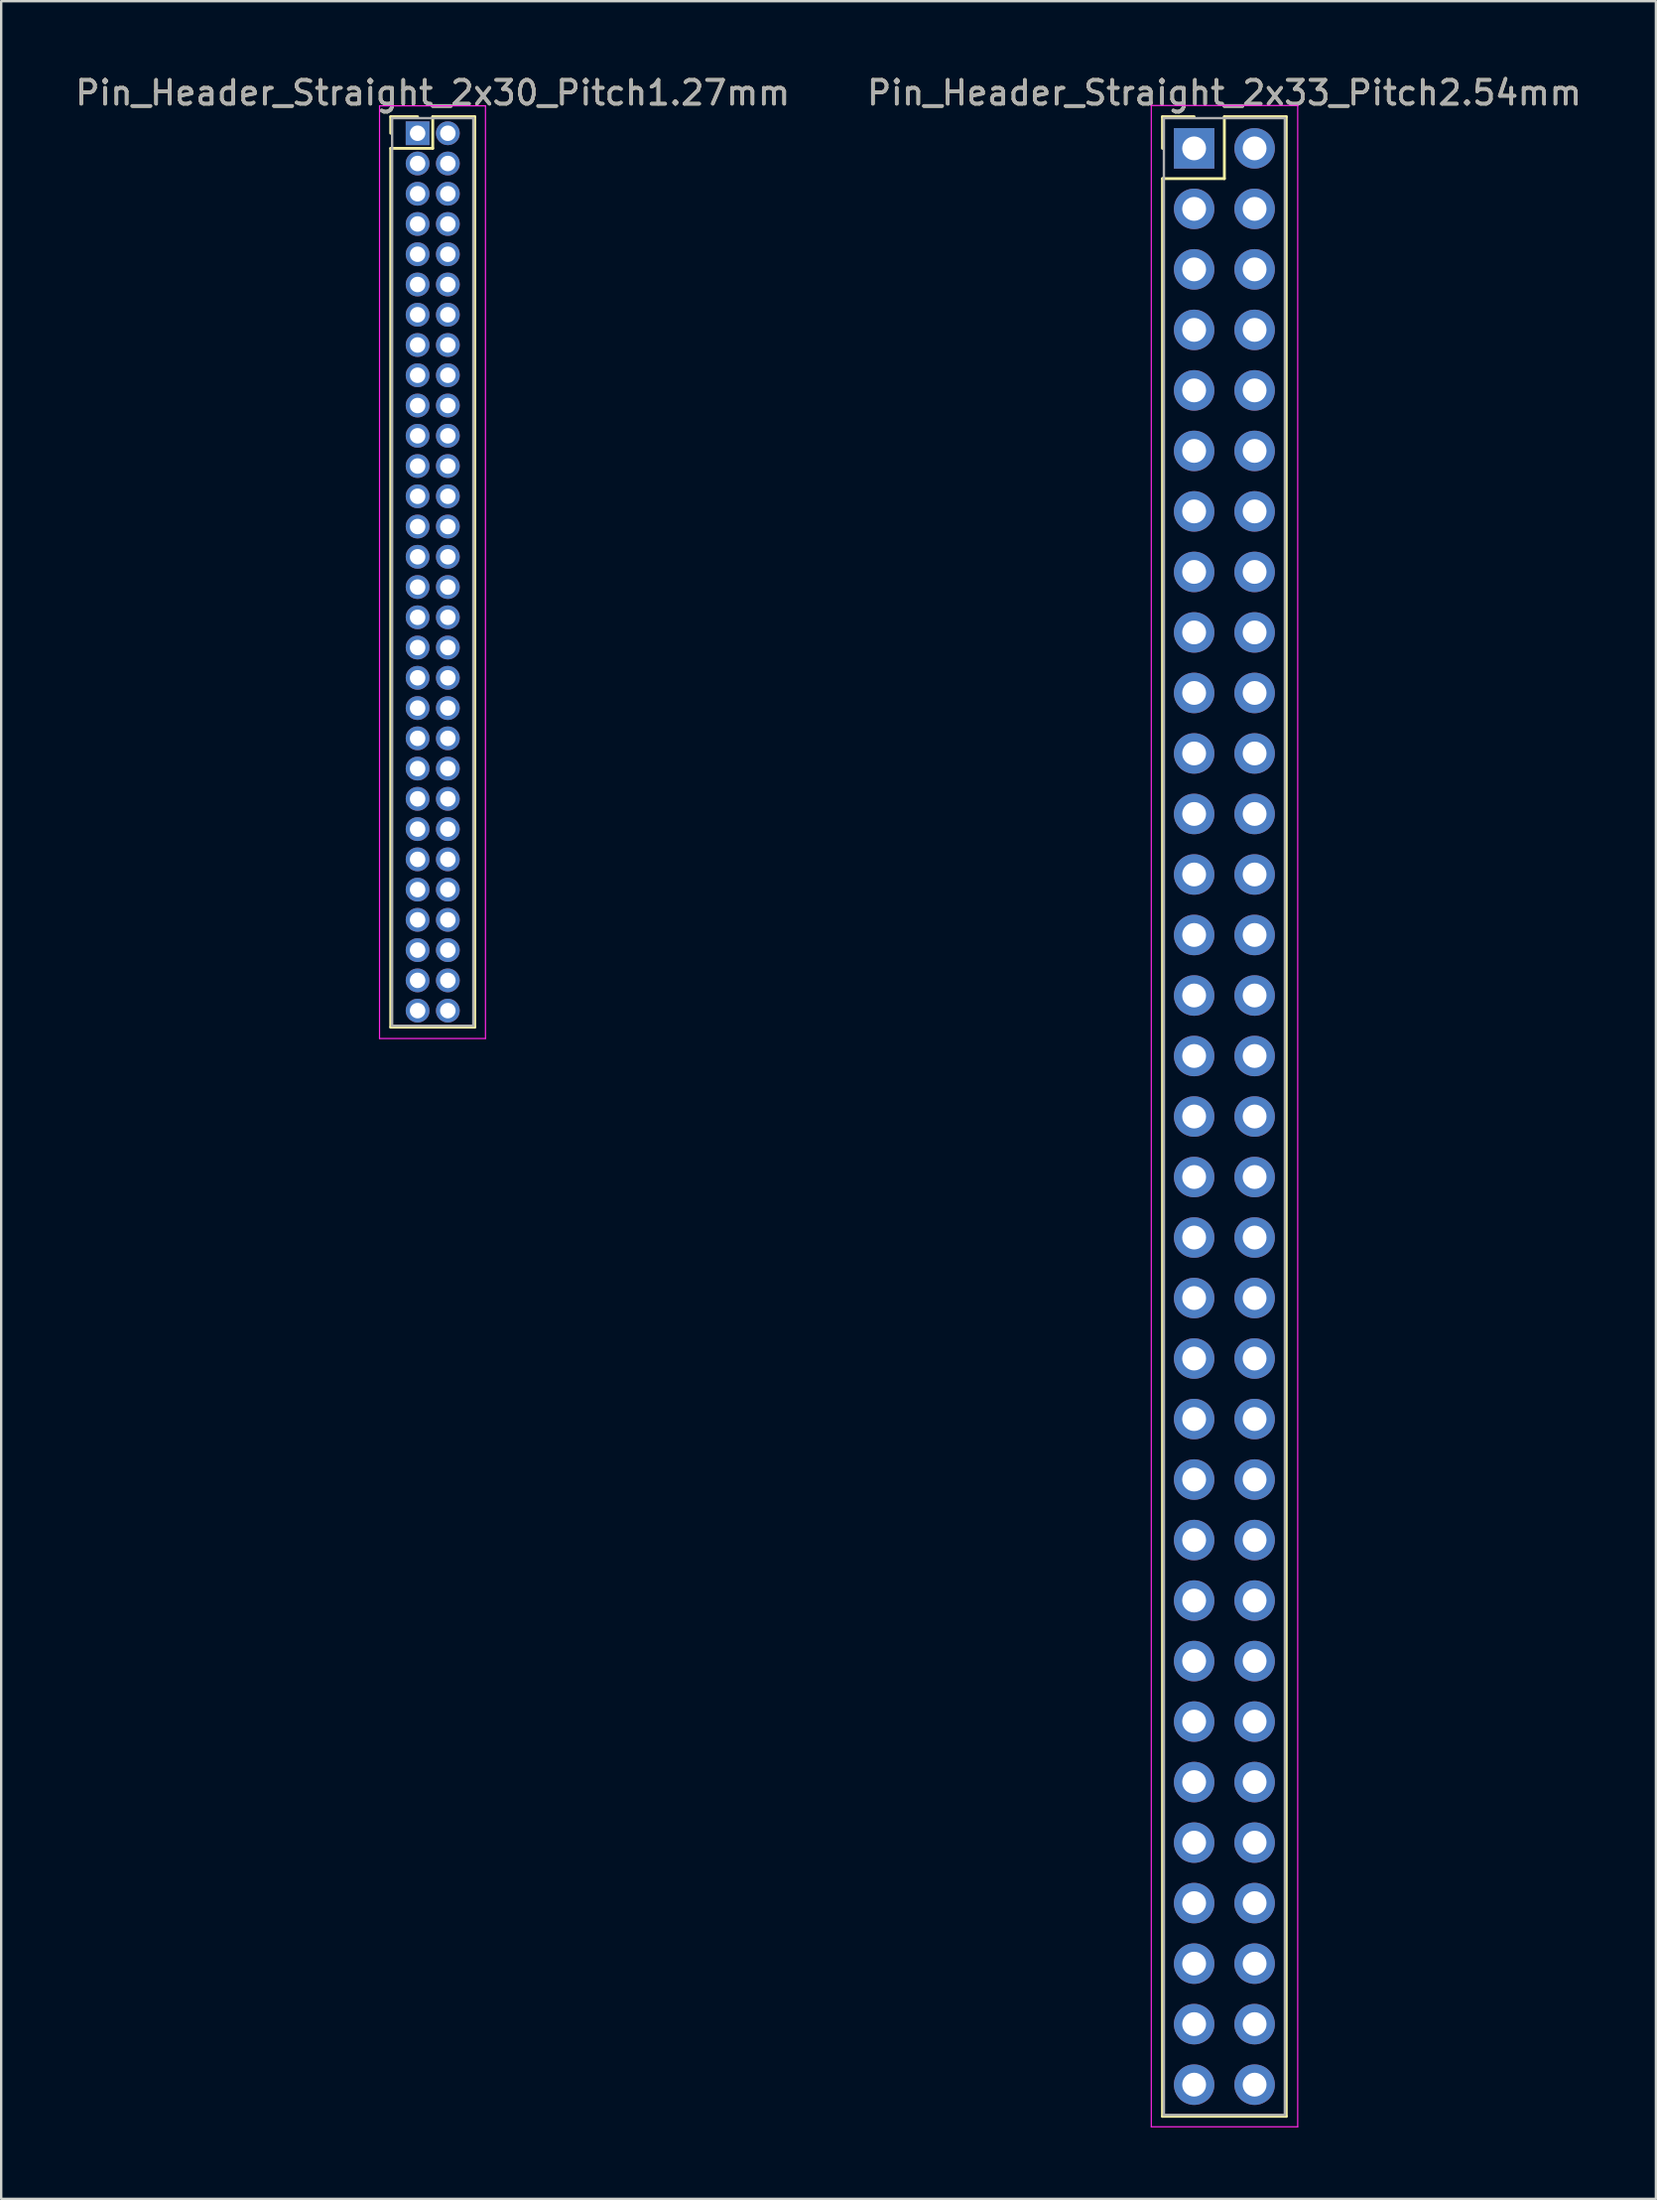
<source format=kicad_pcb>
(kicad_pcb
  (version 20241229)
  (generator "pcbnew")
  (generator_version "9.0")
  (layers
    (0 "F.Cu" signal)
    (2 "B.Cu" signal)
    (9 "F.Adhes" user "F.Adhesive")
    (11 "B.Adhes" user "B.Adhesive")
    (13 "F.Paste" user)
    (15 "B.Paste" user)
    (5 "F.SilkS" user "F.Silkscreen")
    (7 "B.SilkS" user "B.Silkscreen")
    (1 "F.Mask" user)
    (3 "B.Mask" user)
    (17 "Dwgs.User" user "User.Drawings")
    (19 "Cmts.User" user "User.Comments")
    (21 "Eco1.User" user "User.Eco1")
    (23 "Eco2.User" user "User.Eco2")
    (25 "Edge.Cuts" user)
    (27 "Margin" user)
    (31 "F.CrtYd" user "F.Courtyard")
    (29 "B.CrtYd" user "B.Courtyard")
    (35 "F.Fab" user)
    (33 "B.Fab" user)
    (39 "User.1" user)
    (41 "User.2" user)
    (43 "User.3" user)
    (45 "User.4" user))
  (footprint "Pin_Header_Straight_2x30_Pitch1.27mm"
    (layer "F.Cu")
    (at 14.49 2.543)
    (property "Reference" "Pin_Header_Straight_2x30_Pitch1.27mm" (at 0.635 -1.695 0) (layer "F.SilkS") (effects (font (size 1 1) (thickness 0.15))))
    (attr through_hole)
    (fp_line (start -1.13 -0.695) (end 0 -0.695) (stroke (width 0.12) (type solid)) (layer "F.SilkS"))
    (fp_line (start -1.13 0) (end -1.13 -0.695) (stroke (width 0.12) (type solid)) (layer "F.SilkS"))
    (fp_line (start -1.13 0.635) (end -1.13 37.525) (stroke (width 0.12) (type solid)) (layer "F.SilkS"))
    (fp_line (start -1.13 37.525) (end 2.4 37.525) (stroke (width 0.12) (type solid)) (layer "F.SilkS"))
    (fp_line (start 0.635 -0.695) (end 0.635 0.635) (stroke (width 0.12) (type solid)) (layer "F.SilkS"))
    (fp_line (start 0.635 0.635) (end -1.13 0.635) (stroke (width 0.12) (type solid)) (layer "F.SilkS"))
    (fp_line (start 2.4 -0.695) (end 0.635 -0.695) (stroke (width 0.12) (type solid)) (layer "F.SilkS"))
    (fp_line (start 2.4 37.525) (end 2.4 -0.695) (stroke (width 0.12) (type solid)) (layer "F.SilkS"))
    (fp_line (start -1.6 -1.15) (end -1.6 38) (stroke (width 0.05) (type solid)) (layer "F.CrtYd"))
    (fp_line (start -1.6 38) (end 2.85 38) (stroke (width 0.05) (type solid)) (layer "F.CrtYd"))
    (fp_line (start 2.85 -1.15) (end -1.6 -1.15) (stroke (width 0.05) (type solid)) (layer "F.CrtYd"))
    (fp_line (start 2.85 38) (end 2.85 -1.15) (stroke (width 0.05) (type solid)) (layer "F.CrtYd"))
    (fp_line (start -1.07 -0.635) (end -1.07 37.465) (stroke (width 0.1) (type solid)) (layer "F.Fab"))
    (fp_line (start -1.07 37.465) (end 2.34 37.465) (stroke (width 0.1) (type solid)) (layer "F.Fab"))
    (fp_line (start 2.34 -0.635) (end -1.07 -0.635) (stroke (width 0.1) (type solid)) (layer "F.Fab"))
    (fp_line (start 2.34 37.465) (end 2.34 -0.635) (stroke (width 0.1) (type solid)) (layer "F.Fab"))
    (fp_text user "${REFERENCE}" (at 0.635 -1.695 0) (layer "F.Fab") (effects (font (size 1 1) (thickness 0.15))))
    (pad "1" thru_hole rect (at 0 0) (size 1 1) (drill 0.65) (layers "*.Cu" "*.Mask"))
    (pad "2" thru_hole oval (at 1.27 0) (size 1 1) (drill 0.65) (layers "*.Cu" "*.Mask"))
    (pad "3" thru_hole oval (at 0 1.27) (size 1 1) (drill 0.65) (layers "*.Cu" "*.Mask"))
    (pad "4" thru_hole oval (at 1.27 1.27) (size 1 1) (drill 0.65) (layers "*.Cu" "*.Mask"))
    (pad "5" thru_hole oval (at 0 2.54) (size 1 1) (drill 0.65) (layers "*.Cu" "*.Mask"))
    (pad "6" thru_hole oval (at 1.27 2.54) (size 1 1) (drill 0.65) (layers "*.Cu" "*.Mask"))
    (pad "7" thru_hole oval (at 0 3.81) (size 1 1) (drill 0.65) (layers "*.Cu" "*.Mask"))
    (pad "8" thru_hole oval (at 1.27 3.81) (size 1 1) (drill 0.65) (layers "*.Cu" "*.Mask"))
    (pad "9" thru_hole oval (at 0 5.08) (size 1 1) (drill 0.65) (layers "*.Cu" "*.Mask"))
    (pad "10" thru_hole oval (at 1.27 5.08) (size 1 1) (drill 0.65) (layers "*.Cu" "*.Mask"))
    (pad "11" thru_hole oval (at 0 6.35) (size 1 1) (drill 0.65) (layers "*.Cu" "*.Mask"))
    (pad "12" thru_hole oval (at 1.27 6.35) (size 1 1) (drill 0.65) (layers "*.Cu" "*.Mask"))
    (pad "13" thru_hole oval (at 0 7.62) (size 1 1) (drill 0.65) (layers "*.Cu" "*.Mask"))
    (pad "14" thru_hole oval (at 1.27 7.62) (size 1 1) (drill 0.65) (layers "*.Cu" "*.Mask"))
    (pad "15" thru_hole oval (at 0 8.89) (size 1 1) (drill 0.65) (layers "*.Cu" "*.Mask"))
    (pad "16" thru_hole oval (at 1.27 8.89) (size 1 1) (drill 0.65) (layers "*.Cu" "*.Mask"))
    (pad "17" thru_hole oval (at 0 10.16) (size 1 1) (drill 0.65) (layers "*.Cu" "*.Mask"))
    (pad "18" thru_hole oval (at 1.27 10.16) (size 1 1) (drill 0.65) (layers "*.Cu" "*.Mask"))
    (pad "19" thru_hole oval (at 0 11.43) (size 1 1) (drill 0.65) (layers "*.Cu" "*.Mask"))
    (pad "20" thru_hole oval (at 1.27 11.43) (size 1 1) (drill 0.65) (layers "*.Cu" "*.Mask"))
    (pad "21" thru_hole oval (at 0 12.7) (size 1 1) (drill 0.65) (layers "*.Cu" "*.Mask"))
    (pad "22" thru_hole oval (at 1.27 12.7) (size 1 1) (drill 0.65) (layers "*.Cu" "*.Mask"))
    (pad "23" thru_hole oval (at 0 13.97) (size 1 1) (drill 0.65) (layers "*.Cu" "*.Mask"))
    (pad "24" thru_hole oval (at 1.27 13.97) (size 1 1) (drill 0.65) (layers "*.Cu" "*.Mask"))
    (pad "25" thru_hole oval (at 0 15.24) (size 1 1) (drill 0.65) (layers "*.Cu" "*.Mask"))
    (pad "26" thru_hole oval (at 1.27 15.24) (size 1 1) (drill 0.65) (layers "*.Cu" "*.Mask"))
    (pad "27" thru_hole oval (at 0 16.51) (size 1 1) (drill 0.65) (layers "*.Cu" "*.Mask"))
    (pad "28" thru_hole oval (at 1.27 16.51) (size 1 1) (drill 0.65) (layers "*.Cu" "*.Mask"))
    (pad "29" thru_hole oval (at 0 17.78) (size 1 1) (drill 0.65) (layers "*.Cu" "*.Mask"))
    (pad "30" thru_hole oval (at 1.27 17.78) (size 1 1) (drill 0.65) (layers "*.Cu" "*.Mask"))
    (pad "31" thru_hole oval (at 0 19.05) (size 1 1) (drill 0.65) (layers "*.Cu" "*.Mask"))
    (pad "32" thru_hole oval (at 1.27 19.05) (size 1 1) (drill 0.65) (layers "*.Cu" "*.Mask"))
    (pad "33" thru_hole oval (at 0 20.32) (size 1 1) (drill 0.65) (layers "*.Cu" "*.Mask"))
    (pad "34" thru_hole oval (at 1.27 20.32) (size 1 1) (drill 0.65) (layers "*.Cu" "*.Mask"))
    (pad "35" thru_hole oval (at 0 21.59) (size 1 1) (drill 0.65) (layers "*.Cu" "*.Mask"))
    (pad "36" thru_hole oval (at 1.27 21.59) (size 1 1) (drill 0.65) (layers "*.Cu" "*.Mask"))
    (pad "37" thru_hole oval (at 0 22.86) (size 1 1) (drill 0.65) (layers "*.Cu" "*.Mask"))
    (pad "38" thru_hole oval (at 1.27 22.86) (size 1 1) (drill 0.65) (layers "*.Cu" "*.Mask"))
    (pad "39" thru_hole oval (at 0 24.13) (size 1 1) (drill 0.65) (layers "*.Cu" "*.Mask"))
    (pad "40" thru_hole oval (at 1.27 24.13) (size 1 1) (drill 0.65) (layers "*.Cu" "*.Mask"))
    (pad "41" thru_hole oval (at 0 25.4) (size 1 1) (drill 0.65) (layers "*.Cu" "*.Mask"))
    (pad "42" thru_hole oval (at 1.27 25.4) (size 1 1) (drill 0.65) (layers "*.Cu" "*.Mask"))
    (pad "43" thru_hole oval (at 0 26.67) (size 1 1) (drill 0.65) (layers "*.Cu" "*.Mask"))
    (pad "44" thru_hole oval (at 1.27 26.67) (size 1 1) (drill 0.65) (layers "*.Cu" "*.Mask"))
    (pad "45" thru_hole oval (at 0 27.94) (size 1 1) (drill 0.65) (layers "*.Cu" "*.Mask"))
    (pad "46" thru_hole oval (at 1.27 27.94) (size 1 1) (drill 0.65) (layers "*.Cu" "*.Mask"))
    (pad "47" thru_hole oval (at 0 29.21) (size 1 1) (drill 0.65) (layers "*.Cu" "*.Mask"))
    (pad "48" thru_hole oval (at 1.27 29.21) (size 1 1) (drill 0.65) (layers "*.Cu" "*.Mask"))
    (pad "49" thru_hole oval (at 0 30.48) (size 1 1) (drill 0.65) (layers "*.Cu" "*.Mask"))
    (pad "50" thru_hole oval (at 1.27 30.48) (size 1 1) (drill 0.65) (layers "*.Cu" "*.Mask"))
    (pad "51" thru_hole oval (at 0 31.75) (size 1 1) (drill 0.65) (layers "*.Cu" "*.Mask"))
    (pad "52" thru_hole oval (at 1.27 31.75) (size 1 1) (drill 0.65) (layers "*.Cu" "*.Mask"))
    (pad "53" thru_hole oval (at 0 33.02) (size 1 1) (drill 0.65) (layers "*.Cu" "*.Mask"))
    (pad "54" thru_hole oval (at 1.27 33.02) (size 1 1) (drill 0.65) (layers "*.Cu" "*.Mask"))
    (pad "55" thru_hole oval (at 0 34.29) (size 1 1) (drill 0.65) (layers "*.Cu" "*.Mask"))
    (pad "56" thru_hole oval (at 1.27 34.29) (size 1 1) (drill 0.65) (layers "*.Cu" "*.Mask"))
    (pad "57" thru_hole oval (at 0 35.56) (size 1 1) (drill 0.65) (layers "*.Cu" "*.Mask"))
    (pad "58" thru_hole oval (at 1.27 35.56) (size 1 1) (drill 0.65) (layers "*.Cu" "*.Mask"))
    (pad "59" thru_hole oval (at 0 36.83) (size 1 1) (drill 0.65) (layers "*.Cu" "*.Mask"))
    (pad "60" thru_hole oval (at 1.27 36.83) (size 1 1) (drill 0.65) (layers "*.Cu" "*.Mask")))
  (footprint "Pin_Header_Straight_2x33_Pitch2.54mm"
    (layer "F.Cu")
    (at 47.105 3.178)
    (property "Reference" "Pin_Header_Straight_2x33_Pitch2.54mm" (at 1.27 -2.33 0) (layer "F.SilkS") (effects (font (size 1 1) (thickness 0.15))))
    (attr through_hole)
    (fp_line (start -1.33 -1.33) (end 0 -1.33) (stroke (width 0.12) (type solid)) (layer "F.SilkS"))
    (fp_line (start -1.33 0) (end -1.33 -1.33) (stroke (width 0.12) (type solid)) (layer "F.SilkS"))
    (fp_line (start -1.33 1.27) (end -1.33 82.61) (stroke (width 0.12) (type solid)) (layer "F.SilkS"))
    (fp_line (start -1.33 82.61) (end 3.87 82.61) (stroke (width 0.12) (type solid)) (layer "F.SilkS"))
    (fp_line (start 1.27 -1.33) (end 1.27 1.27) (stroke (width 0.12) (type solid)) (layer "F.SilkS"))
    (fp_line (start 1.27 1.27) (end -1.33 1.27) (stroke (width 0.12) (type solid)) (layer "F.SilkS"))
    (fp_line (start 3.87 -1.33) (end 1.27 -1.33) (stroke (width 0.12) (type solid)) (layer "F.SilkS"))
    (fp_line (start 3.87 82.61) (end 3.87 -1.33) (stroke (width 0.12) (type solid)) (layer "F.SilkS"))
    (fp_line (start -1.8 -1.8) (end -1.8 83.05) (stroke (width 0.05) (type solid)) (layer "F.CrtYd"))
    (fp_line (start -1.8 83.05) (end 4.35 83.05) (stroke (width 0.05) (type solid)) (layer "F.CrtYd"))
    (fp_line (start 4.35 -1.8) (end -1.8 -1.8) (stroke (width 0.05) (type solid)) (layer "F.CrtYd"))
    (fp_line (start 4.35 83.05) (end 4.35 -1.8) (stroke (width 0.05) (type solid)) (layer "F.CrtYd"))
    (fp_line (start -1.27 -1.27) (end -1.27 82.55) (stroke (width 0.1) (type solid)) (layer "F.Fab"))
    (fp_line (start -1.27 82.55) (end 3.81 82.55) (stroke (width 0.1) (type solid)) (layer "F.Fab"))
    (fp_line (start 3.81 -1.27) (end -1.27 -1.27) (stroke (width 0.1) (type solid)) (layer "F.Fab"))
    (fp_line (start 3.81 82.55) (end 3.81 -1.27) (stroke (width 0.1) (type solid)) (layer "F.Fab"))
    (fp_text user "${REFERENCE}" (at 1.27 -2.33 0) (layer "F.Fab") (effects (font (size 1 1) (thickness 0.15))))
    (pad "1" thru_hole rect (at 0 0) (size 1.7 1.7) (drill 1) (layers "*.Cu" "*.Mask"))
    (pad "2" thru_hole oval (at 2.54 0) (size 1.7 1.7) (drill 1) (layers "*.Cu" "*.Mask"))
    (pad "3" thru_hole oval (at 0 2.54) (size 1.7 1.7) (drill 1) (layers "*.Cu" "*.Mask"))
    (pad "4" thru_hole oval (at 2.54 2.54) (size 1.7 1.7) (drill 1) (layers "*.Cu" "*.Mask"))
    (pad "5" thru_hole oval (at 0 5.08) (size 1.7 1.7) (drill 1) (layers "*.Cu" "*.Mask"))
    (pad "6" thru_hole oval (at 2.54 5.08) (size 1.7 1.7) (drill 1) (layers "*.Cu" "*.Mask"))
    (pad "7" thru_hole oval (at 0 7.62) (size 1.7 1.7) (drill 1) (layers "*.Cu" "*.Mask"))
    (pad "8" thru_hole oval (at 2.54 7.62) (size 1.7 1.7) (drill 1) (layers "*.Cu" "*.Mask"))
    (pad "9" thru_hole oval (at 0 10.16) (size 1.7 1.7) (drill 1) (layers "*.Cu" "*.Mask"))
    (pad "10" thru_hole oval (at 2.54 10.16) (size 1.7 1.7) (drill 1) (layers "*.Cu" "*.Mask"))
    (pad "11" thru_hole oval (at 0 12.7) (size 1.7 1.7) (drill 1) (layers "*.Cu" "*.Mask"))
    (pad "12" thru_hole oval (at 2.54 12.7) (size 1.7 1.7) (drill 1) (layers "*.Cu" "*.Mask"))
    (pad "13" thru_hole oval (at 0 15.24) (size 1.7 1.7) (drill 1) (layers "*.Cu" "*.Mask"))
    (pad "14" thru_hole oval (at 2.54 15.24) (size 1.7 1.7) (drill 1) (layers "*.Cu" "*.Mask"))
    (pad "15" thru_hole oval (at 0 17.78) (size 1.7 1.7) (drill 1) (layers "*.Cu" "*.Mask"))
    (pad "16" thru_hole oval (at 2.54 17.78) (size 1.7 1.7) (drill 1) (layers "*.Cu" "*.Mask"))
    (pad "17" thru_hole oval (at 0 20.32) (size 1.7 1.7) (drill 1) (layers "*.Cu" "*.Mask"))
    (pad "18" thru_hole oval (at 2.54 20.32) (size 1.7 1.7) (drill 1) (layers "*.Cu" "*.Mask"))
    (pad "19" thru_hole oval (at 0 22.86) (size 1.7 1.7) (drill 1) (layers "*.Cu" "*.Mask"))
    (pad "20" thru_hole oval (at 2.54 22.86) (size 1.7 1.7) (drill 1) (layers "*.Cu" "*.Mask"))
    (pad "21" thru_hole oval (at 0 25.4) (size 1.7 1.7) (drill 1) (layers "*.Cu" "*.Mask"))
    (pad "22" thru_hole oval (at 2.54 25.4) (size 1.7 1.7) (drill 1) (layers "*.Cu" "*.Mask"))
    (pad "23" thru_hole oval (at 0 27.94) (size 1.7 1.7) (drill 1) (layers "*.Cu" "*.Mask"))
    (pad "24" thru_hole oval (at 2.54 27.94) (size 1.7 1.7) (drill 1) (layers "*.Cu" "*.Mask"))
    (pad "25" thru_hole oval (at 0 30.48) (size 1.7 1.7) (drill 1) (layers "*.Cu" "*.Mask"))
    (pad "26" thru_hole oval (at 2.54 30.48) (size 1.7 1.7) (drill 1) (layers "*.Cu" "*.Mask"))
    (pad "27" thru_hole oval (at 0 33.02) (size 1.7 1.7) (drill 1) (layers "*.Cu" "*.Mask"))
    (pad "28" thru_hole oval (at 2.54 33.02) (size 1.7 1.7) (drill 1) (layers "*.Cu" "*.Mask"))
    (pad "29" thru_hole oval (at 0 35.56) (size 1.7 1.7) (drill 1) (layers "*.Cu" "*.Mask"))
    (pad "30" thru_hole oval (at 2.54 35.56) (size 1.7 1.7) (drill 1) (layers "*.Cu" "*.Mask"))
    (pad "31" thru_hole oval (at 0 38.1) (size 1.7 1.7) (drill 1) (layers "*.Cu" "*.Mask"))
    (pad "32" thru_hole oval (at 2.54 38.1) (size 1.7 1.7) (drill 1) (layers "*.Cu" "*.Mask"))
    (pad "33" thru_hole oval (at 0 40.64) (size 1.7 1.7) (drill 1) (layers "*.Cu" "*.Mask"))
    (pad "34" thru_hole oval (at 2.54 40.64) (size 1.7 1.7) (drill 1) (layers "*.Cu" "*.Mask"))
    (pad "35" thru_hole oval (at 0 43.18) (size 1.7 1.7) (drill 1) (layers "*.Cu" "*.Mask"))
    (pad "36" thru_hole oval (at 2.54 43.18) (size 1.7 1.7) (drill 1) (layers "*.Cu" "*.Mask"))
    (pad "37" thru_hole oval (at 0 45.72) (size 1.7 1.7) (drill 1) (layers "*.Cu" "*.Mask"))
    (pad "38" thru_hole oval (at 2.54 45.72) (size 1.7 1.7) (drill 1) (layers "*.Cu" "*.Mask"))
    (pad "39" thru_hole oval (at 0 48.26) (size 1.7 1.7) (drill 1) (layers "*.Cu" "*.Mask"))
    (pad "40" thru_hole oval (at 2.54 48.26) (size 1.7 1.7) (drill 1) (layers "*.Cu" "*.Mask"))
    (pad "41" thru_hole oval (at 0 50.8) (size 1.7 1.7) (drill 1) (layers "*.Cu" "*.Mask"))
    (pad "42" thru_hole oval (at 2.54 50.8) (size 1.7 1.7) (drill 1) (layers "*.Cu" "*.Mask"))
    (pad "43" thru_hole oval (at 0 53.34) (size 1.7 1.7) (drill 1) (layers "*.Cu" "*.Mask"))
    (pad "44" thru_hole oval (at 2.54 53.34) (size 1.7 1.7) (drill 1) (layers "*.Cu" "*.Mask"))
    (pad "45" thru_hole oval (at 0 55.88) (size 1.7 1.7) (drill 1) (layers "*.Cu" "*.Mask"))
    (pad "46" thru_hole oval (at 2.54 55.88) (size 1.7 1.7) (drill 1) (layers "*.Cu" "*.Mask"))
    (pad "47" thru_hole oval (at 0 58.42) (size 1.7 1.7) (drill 1) (layers "*.Cu" "*.Mask"))
    (pad "48" thru_hole oval (at 2.54 58.42) (size 1.7 1.7) (drill 1) (layers "*.Cu" "*.Mask"))
    (pad "49" thru_hole oval (at 0 60.96) (size 1.7 1.7) (drill 1) (layers "*.Cu" "*.Mask"))
    (pad "50" thru_hole oval (at 2.54 60.96) (size 1.7 1.7) (drill 1) (layers "*.Cu" "*.Mask"))
    (pad "51" thru_hole oval (at 0 63.5) (size 1.7 1.7) (drill 1) (layers "*.Cu" "*.Mask"))
    (pad "52" thru_hole oval (at 2.54 63.5) (size 1.7 1.7) (drill 1) (layers "*.Cu" "*.Mask"))
    (pad "53" thru_hole oval (at 0 66.04) (size 1.7 1.7) (drill 1) (layers "*.Cu" "*.Mask"))
    (pad "54" thru_hole oval (at 2.54 66.04) (size 1.7 1.7) (drill 1) (layers "*.Cu" "*.Mask"))
    (pad "55" thru_hole oval (at 0 68.58) (size 1.7 1.7) (drill 1) (layers "*.Cu" "*.Mask"))
    (pad "56" thru_hole oval (at 2.54 68.58) (size 1.7 1.7) (drill 1) (layers "*.Cu" "*.Mask"))
    (pad "57" thru_hole oval (at 0 71.12) (size 1.7 1.7) (drill 1) (layers "*.Cu" "*.Mask"))
    (pad "58" thru_hole oval (at 2.54 71.12) (size 1.7 1.7) (drill 1) (layers "*.Cu" "*.Mask"))
    (pad "59" thru_hole oval (at 0 73.66) (size 1.7 1.7) (drill 1) (layers "*.Cu" "*.Mask"))
    (pad "60" thru_hole oval (at 2.54 73.66) (size 1.7 1.7) (drill 1) (layers "*.Cu" "*.Mask"))
    (pad "61" thru_hole oval (at 0 76.2) (size 1.7 1.7) (drill 1) (layers "*.Cu" "*.Mask"))
    (pad "62" thru_hole oval (at 2.54 76.2) (size 1.7 1.7) (drill 1) (layers "*.Cu" "*.Mask"))
    (pad "63" thru_hole oval (at 0 78.74) (size 1.7 1.7) (drill 1) (layers "*.Cu" "*.Mask"))
    (pad "64" thru_hole oval (at 2.54 78.74) (size 1.7 1.7) (drill 1) (layers "*.Cu" "*.Mask"))
    (pad "65" thru_hole oval (at 0 81.28) (size 1.7 1.7) (drill 1) (layers "*.Cu" "*.Mask"))
    (pad "66" thru_hole oval (at 2.54 81.28) (size 1.7 1.7) (drill 1) (layers "*.Cu" "*.Mask")))
  (gr_rect
    (start -3 -3)
    (end 66.5 89.253)
    (stroke (width 0.1) (type default))
    (fill no)
    (layer "Edge.Cuts")))
</source>
